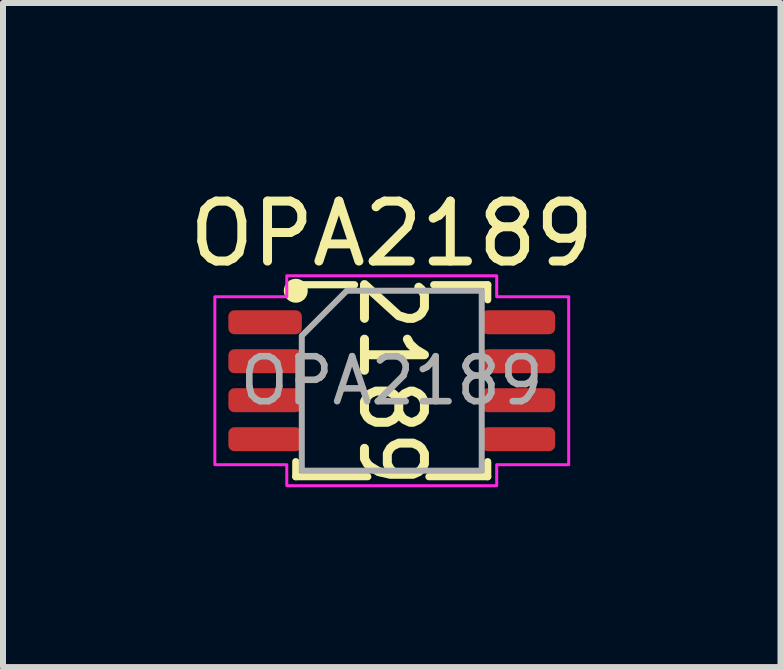
<source format=kicad_pcb>
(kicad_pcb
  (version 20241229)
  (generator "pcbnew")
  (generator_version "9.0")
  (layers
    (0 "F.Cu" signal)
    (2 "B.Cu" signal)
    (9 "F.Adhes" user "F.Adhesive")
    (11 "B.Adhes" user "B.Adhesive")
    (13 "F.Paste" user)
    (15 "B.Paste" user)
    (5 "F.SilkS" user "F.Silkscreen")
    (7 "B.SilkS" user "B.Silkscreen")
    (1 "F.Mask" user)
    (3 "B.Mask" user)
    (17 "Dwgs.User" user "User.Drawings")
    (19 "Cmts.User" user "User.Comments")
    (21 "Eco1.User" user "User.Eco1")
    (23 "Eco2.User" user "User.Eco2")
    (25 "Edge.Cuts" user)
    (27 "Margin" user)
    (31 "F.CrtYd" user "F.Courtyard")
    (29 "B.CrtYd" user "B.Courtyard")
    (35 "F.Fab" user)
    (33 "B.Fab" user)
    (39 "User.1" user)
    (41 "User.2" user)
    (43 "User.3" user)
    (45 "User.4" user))
  (footprint "OPA2189"
    (layer "F.Cu")
    (at 3.482 3.298)
    (property "Reference" "OPA2189" (at 0 -2.45 0) (layer "F.SilkS") (effects (font (size 1 1) (thickness 0.15))))
    (attr smd)
    (fp_line (start -1.6 -1.6) (end -0.62 -1.6) (stroke (width 0.12) (type solid)) (layer "F.SilkS"))
    (fp_line (start -1.6 1.6) (end -1.6 1.35) (stroke (width 0.12) (type solid)) (layer "F.SilkS"))
    (fp_line (start -0.4 1.6) (end -1.6 1.6) (stroke (width 0.12) (type solid)) (layer "F.SilkS"))
    (fp_line (start 0.7 -1.6) (end 1.6 -1.6) (stroke (width 0.12) (type solid)) (layer "F.SilkS"))
    (fp_line (start 1.6 -1.6) (end 1.6 -1.35) (stroke (width 0.12) (type solid)) (layer "F.SilkS"))
    (fp_line (start 1.6 1.35) (end 1.6 1.6) (stroke (width 0.12) (type solid)) (layer "F.SilkS"))
    (fp_line (start 1.6 1.6) (end 0.62 1.6) (stroke (width 0.12) (type solid)) (layer "F.SilkS"))
    (fp_circle (center -1.6 -1.5) (end -1.6 -1.3) (stroke (width 0) (type default)) (fill yes) (layer "F.SilkS"))
    (fp_poly (pts (xy 0.294 -0.76) (xy 0.317 -0.742) (xy 0.325 -0.729) (xy 0.367 -0.654) (xy 0.447 -0.58) (xy 0.584 -0.497) (xy 0.586 -0.496) (xy 0.587 -0.496) (xy 0.588 -0.494) (xy 0.596 -0.489) (xy 0.601 -0.481) (xy 0.608 -0.475) (xy 0.61 -0.47) (xy 0.613 -0.465) (xy 0.615 -0.456) (xy 0.619 -0.448) (xy 0.619 -0.442) (xy 0.62 -0.437) (xy 0.619 -0.428) (xy 0.619 -0.419) (xy 0.617 -0.413) (xy 0.616 -0.408) (xy 0.611 -0.4) (xy 0.608 -0.392) (xy 0.603 -0.388) (xy 0.6 -0.383) (xy 0.593 -0.377) (xy 0.587 -0.371) (xy 0.582 -0.369) (xy 0.577 -0.365) (xy 0.568 -0.363) (xy 0.56 -0.36) (xy 0.55 -0.359) (xy 0.548 -0.358) (xy 0.547 -0.359) (xy 0.545 -0.358) (xy -0.38 -0.358) (xy -0.38 -0.173) (xy -0.381 -0.159) (xy -0.392 -0.132) (xy -0.413 -0.111) (xy -0.44 -0.1) (xy -0.469 -0.1) (xy -0.496 -0.111) (xy -0.517 -0.132) (xy -0.528 -0.159) (xy -0.53 -0.173) (xy -0.53 -0.693) (xy -0.528 -0.708) (xy -0.517 -0.735) (xy -0.496 -0.756) (xy -0.469 -0.767) (xy -0.44 -0.767) (xy -0.413 -0.756) (xy -0.392 -0.735) (xy -0.381 -0.708) (xy -0.38 -0.693) (xy -0.38 -0.508) (xy 0.304 -0.508) (xy 0.257 -0.551) (xy 0.251 -0.557) (xy 0.25 -0.558) (xy 0.248 -0.56) (xy 0.247 -0.562) (xy 0.246 -0.564) (xy 0.241 -0.571) (xy 0.194 -0.657) (xy 0.188 -0.671) (xy 0.185 -0.7) (xy 0.193 -0.728) (xy 0.211 -0.751) (xy 0.237 -0.765) (xy 0.266 -0.768)) (stroke (width 0) (type solid)) (fill yes) (layer "F.SilkS"))
    (fp_poly (pts (xy -0.442 -1.677) (xy -0.44 -1.677) (xy -0.428 -1.672) (xy -0.416 -1.668) (xy -0.414 -1.666) (xy -0.413 -1.666) (xy -0.412 -1.664) (xy -0.404 -1.659) (xy 0.155 -1.15) (xy 0.271 -1.115) (xy 0.338 -1.115) (xy 0.408 -1.147) (xy 0.438 -1.174) (xy 0.47 -1.233) (xy 0.47 -1.411) (xy 0.438 -1.47) (xy 0.399 -1.505) (xy 0.39 -1.515) (xy 0.377 -1.542) (xy 0.376 -1.571) (xy 0.386 -1.599) (xy 0.405 -1.62) (xy 0.432 -1.633) (xy 0.461 -1.634) (xy 0.489 -1.624) (xy 0.5 -1.615) (xy 0.548 -1.572) (xy 0.553 -1.566) (xy 0.555 -1.565) (xy 0.556 -1.563) (xy 0.558 -1.561) (xy 0.559 -1.559) (xy 0.563 -1.553) (xy 0.611 -1.466) (xy 0.617 -1.453) (xy 0.617 -1.448) (xy 0.619 -1.445) (xy 0.62 -1.43) (xy 0.62 -1.213) (xy 0.619 -1.199) (xy 0.617 -1.195) (xy 0.617 -1.191) (xy 0.611 -1.177) (xy 0.563 -1.091) (xy 0.559 -1.084) (xy 0.558 -1.082) (xy 0.556 -1.08) (xy 0.555 -1.078) (xy 0.553 -1.077) (xy 0.548 -1.071) (xy 0.5 -1.028) (xy 0.495 -1.024) (xy 0.494 -1.022) (xy 0.491 -1.021) (xy 0.489 -1.019) (xy 0.487 -1.018) (xy 0.481 -1.015) (xy 0.386 -0.972) (xy 0.372 -0.967) (xy 0.371 -0.967) (xy 0.369 -0.966) (xy 0.355 -0.965) (xy 0.259 -0.965) (xy 0.254 -0.966) (xy 0.252 -0.965) (xy 0.249 -0.966) (xy 0.245 -0.966) (xy 0.243 -0.967) (xy 0.238 -0.968) (xy 0.095 -1.012) (xy 0.081 -1.017) (xy 0.08 -1.018) (xy 0.078 -1.019) (xy 0.066 -1.028) (xy -0.38 -1.434) (xy -0.38 -1.04) (xy -0.381 -1.025) (xy -0.392 -0.998) (xy -0.413 -0.978) (xy -0.44 -0.966) (xy -0.469 -0.966) (xy -0.496 -0.978) (xy -0.517 -0.998) (xy -0.528 -1.025) (xy -0.53 -1.04) (xy -0.53 -1.603) (xy -0.529 -1.613) (xy -0.529 -1.614) (xy -0.529 -1.615) (xy -0.528 -1.618) (xy -0.523 -1.63) (xy -0.519 -1.642) (xy -0.518 -1.643) (xy -0.517 -1.645) (xy -0.508 -1.654) (xy -0.499 -1.664) (xy -0.498 -1.664) (xy -0.496 -1.666) (xy -0.485 -1.671) (xy -0.473 -1.676) (xy -0.471 -1.676) (xy -0.469 -1.677) (xy -0.457 -1.677) (xy -0.444 -1.677)) (stroke (width 0) (type solid)) (fill yes) (layer "F.SilkS"))
    (fp_poly (pts (xy 0.369 0.966) (xy 0.371 0.967) (xy 0.372 0.967) (xy 0.386 0.972) (xy 0.481 1.015) (xy 0.487 1.018) (xy 0.489 1.019) (xy 0.491 1.021) (xy 0.494 1.022) (xy 0.495 1.024) (xy 0.5 1.028) (xy 0.548 1.071) (xy 0.553 1.077) (xy 0.555 1.078) (xy 0.556 1.08) (xy 0.558 1.082) (xy 0.559 1.084) (xy 0.563 1.091) (xy 0.611 1.177) (xy 0.617 1.191) (xy 0.617 1.195) (xy 0.619 1.199) (xy 0.62 1.213) (xy 0.62 1.387) (xy 0.619 1.401) (xy 0.617 1.405) (xy 0.617 1.409) (xy 0.611 1.423) (xy 0.563 1.509) (xy 0.559 1.516) (xy 0.558 1.518) (xy 0.556 1.52) (xy 0.555 1.522) (xy 0.553 1.523) (xy 0.548 1.529) (xy 0.5 1.572) (xy 0.495 1.576) (xy 0.494 1.578) (xy 0.491 1.579) (xy 0.489 1.581) (xy 0.487 1.582) (xy 0.481 1.585) (xy 0.386 1.628) (xy 0.372 1.633) (xy 0.371 1.633) (xy 0.369 1.634) (xy 0.355 1.635) (xy -0.026 1.635) (xy -0.028 1.635) (xy -0.028 1.635) (xy -0.035 1.634) (xy -0.041 1.634) (xy -0.041 1.633) (xy -0.043 1.633) (xy -0.233 1.59) (xy -0.24 1.587) (xy -0.242 1.587) (xy -0.245 1.586) (xy -0.247 1.585) (xy -0.249 1.584) (xy -0.256 1.581) (xy -0.398 1.494) (xy -0.404 1.49) (xy -0.41 1.485) (xy -0.458 1.442) (xy -0.463 1.436) (xy -0.465 1.435) (xy -0.466 1.433) (xy -0.468 1.431) (xy -0.468 1.429) (xy -0.473 1.423) (xy -0.521 1.336) (xy -0.526 1.323) (xy -0.527 1.318) (xy -0.528 1.315) (xy -0.53 1.3) (xy -0.53 1.127) (xy -0.528 1.112) (xy -0.517 1.085) (xy -0.496 1.064) (xy -0.469 1.053) (xy -0.44 1.053) (xy -0.413 1.064) (xy -0.392 1.085) (xy -0.381 1.112) (xy -0.38 1.127) (xy -0.38 1.281) (xy -0.347 1.34) (xy -0.314 1.37) (xy -0.188 1.446) (xy -0.118 1.462) (xy -0.14 1.423) (xy -0.145 1.409) (xy -0.146 1.405) (xy -0.147 1.401) (xy -0.149 1.387) (xy -0.149 1.233) (xy 0.001 1.233) (xy 0.001 1.367) (xy 0.033 1.426) (xy 0.063 1.453) (xy 0.133 1.485) (xy 0.338 1.485) (xy 0.408 1.453) (xy 0.438 1.426) (xy 0.47 1.367) (xy 0.47 1.233) (xy 0.438 1.174) (xy 0.408 1.147) (xy 0.338 1.115) (xy 0.133 1.115) (xy 0.063 1.147) (xy 0.033 1.174) (xy 0.001 1.233) (xy -0.149 1.233) (xy -0.149 1.213) (xy -0.147 1.199) (xy -0.146 1.195) (xy -0.145 1.191) (xy -0.14 1.177) (xy -0.092 1.091) (xy -0.087 1.084) (xy -0.087 1.082) (xy -0.085 1.08) (xy -0.084 1.078) (xy -0.082 1.077) (xy -0.077 1.071) (xy -0.029 1.028) (xy -0.024 1.024) (xy -0.022 1.022) (xy -0.02 1.021) (xy -0.017 1.019) (xy -0.015 1.018) (xy -0.01 1.015) (xy 0.086 0.972) (xy 0.099 0.967) (xy 0.101 0.967) (xy 0.102 0.966) (xy 0.117 0.965) (xy 0.355 0.965)) (stroke (width 0) (type solid)) (fill yes) (layer "F.SilkS"))
    (fp_poly (pts (xy -0.059 0.1) (xy -0.058 0.1) (xy -0.057 0.1) (xy -0.043 0.105) (xy 0.052 0.148) (xy 0.058 0.152) (xy 0.06 0.152) (xy 0.063 0.154) (xy 0.065 0.156) (xy 0.066 0.157) (xy 0.072 0.161) (xy 0.117 0.202) (xy 0.161 0.161) (xy 0.167 0.157) (xy 0.168 0.156) (xy 0.171 0.154) (xy 0.173 0.152) (xy 0.175 0.152) (xy 0.181 0.148) (xy 0.276 0.105) (xy 0.29 0.1) (xy 0.291 0.1) (xy 0.292 0.1) (xy 0.307 0.098) (xy 0.355 0.098) (xy 0.369 0.1) (xy 0.371 0.1) (xy 0.372 0.1) (xy 0.386 0.105) (xy 0.481 0.148) (xy 0.487 0.152) (xy 0.489 0.152) (xy 0.491 0.154) (xy 0.494 0.156) (xy 0.495 0.157) (xy 0.5 0.161) (xy 0.548 0.205) (xy 0.553 0.211) (xy 0.555 0.212) (xy 0.556 0.214) (xy 0.558 0.215) (xy 0.559 0.217) (xy 0.563 0.224) (xy 0.611 0.311) (xy 0.617 0.324) (xy 0.617 0.328) (xy 0.619 0.332) (xy 0.62 0.347) (xy 0.62 0.52) (xy 0.619 0.535) (xy 0.617 0.538) (xy 0.617 0.543) (xy 0.611 0.556) (xy 0.563 0.643) (xy 0.559 0.649) (xy 0.558 0.651) (xy 0.556 0.653) (xy 0.555 0.655) (xy 0.553 0.656) (xy 0.548 0.662) (xy 0.5 0.705) (xy 0.495 0.709) (xy 0.494 0.711) (xy 0.491 0.712) (xy 0.489 0.714) (xy 0.487 0.715) (xy 0.481 0.718) (xy 0.386 0.762) (xy 0.372 0.766) (xy 0.371 0.766) (xy 0.369 0.767) (xy 0.355 0.768) (xy 0.307 0.768) (xy 0.292 0.767) (xy 0.291 0.766) (xy 0.29 0.766) (xy 0.276 0.762) (xy 0.181 0.718) (xy 0.175 0.715) (xy 0.173 0.714) (xy 0.171 0.712) (xy 0.168 0.711) (xy 0.167 0.709) (xy 0.161 0.705) (xy 0.117 0.665) (xy 0.072 0.705) (xy 0.066 0.709) (xy 0.065 0.711) (xy 0.063 0.712) (xy 0.06 0.714) (xy 0.058 0.715) (xy 0.052 0.718) (xy -0.043 0.762) (xy -0.057 0.766) (xy -0.058 0.766) (xy -0.059 0.767) (xy -0.074 0.768) (xy -0.264 0.768) (xy -0.279 0.767) (xy -0.28 0.766) (xy -0.281 0.766) (xy -0.295 0.762) (xy -0.391 0.718) (xy -0.396 0.715) (xy -0.398 0.714) (xy -0.401 0.712) (xy -0.403 0.711) (xy -0.405 0.709) (xy -0.41 0.705) (xy -0.458 0.662) (xy -0.463 0.656) (xy -0.465 0.655) (xy -0.466 0.653) (xy -0.468 0.651) (xy -0.468 0.649) (xy -0.473 0.643) (xy -0.521 0.556) (xy -0.526 0.543) (xy -0.527 0.538) (xy -0.528 0.535) (xy -0.53 0.52) (xy -0.53 0.366) (xy -0.38 0.366) (xy -0.38 0.501) (xy -0.347 0.56) (xy -0.318 0.587) (xy -0.248 0.618) (xy -0.09 0.618) (xy -0.02 0.587) (xy 0.009 0.56) (xy 0.042 0.501) (xy 0.042 0.366) (xy 0.042 0.366) (xy 0.192 0.366) (xy 0.192 0.501) (xy 0.224 0.56) (xy 0.254 0.587) (xy 0.323 0.618) (xy 0.338 0.618) (xy 0.408 0.587) (xy 0.438 0.56) (xy 0.47 0.501) (xy 0.47 0.366) (xy 0.438 0.307) (xy 0.408 0.28) (xy 0.338 0.248) (xy 0.323 0.248) (xy 0.254 0.28) (xy 0.224 0.307) (xy 0.192 0.366) (xy 0.042 0.366) (xy 0.009 0.307) (xy -0.02 0.28) (xy -0.09 0.248) (xy -0.248 0.248) (xy -0.318 0.28) (xy -0.347 0.307) (xy -0.38 0.366) (xy -0.53 0.366) (xy -0.53 0.347) (xy -0.528 0.332) (xy -0.527 0.328) (xy -0.526 0.324) (xy -0.521 0.311) (xy -0.473 0.224) (xy -0.468 0.217) (xy -0.468 0.215) (xy -0.466 0.214) (xy -0.465 0.212) (xy -0.463 0.211) (xy -0.458 0.205) (xy -0.41 0.161) (xy -0.405 0.157) (xy -0.403 0.156) (xy -0.401 0.154) (xy -0.398 0.152) (xy -0.396 0.152) (xy -0.391 0.148) (xy -0.295 0.105) (xy -0.281 0.1) (xy -0.28 0.1) (xy -0.279 0.1) (xy -0.264 0.098) (xy -0.074 0.098)) (stroke (width 0) (type solid)) (fill yes) (layer "F.SilkS"))
    (fp_poly (pts (xy -1.75 -1.4) (xy -1.75 -1.75) (xy 1.75 -1.75) (xy 1.75 -1.4) (xy 2.95 -1.4) (xy 2.95 1.4) (xy 1.75 1.4) (xy 1.75 1.75) (xy -1.75 1.75) (xy -1.75 1.4) (xy -2.95 1.4) (xy -2.95 -1.4)) (stroke (width 0.05) (type solid)) (fill no) (layer "F.CrtYd"))
    (fp_poly (pts (xy -0.75 -1.5) (xy 1.5 -1.5) (xy 1.5 1.5) (xy -1.5 1.5) (xy -1.5 -0.75)) (stroke (width 0.1) (type solid)) (fill no) (layer "F.Fab"))
    (fp_text user "${REFERENCE}" (at 0 0 0) (layer "F.Fab") (effects (font (size 0.75 0.75) (thickness 0.11))))
    (pad "1" smd roundrect (at -2.112 -0.975) (size 1.225 0.4) (layers "F.Cu" "F.Mask" "F.Paste") (roundrect_rratio 0.25))
    (pad "2" smd roundrect (at -2.112 -0.325) (size 1.225 0.4) (layers "F.Cu" "F.Mask" "F.Paste") (roundrect_rratio 0.25))
    (pad "3" smd roundrect (at -2.112 0.325) (size 1.225 0.4) (layers "F.Cu" "F.Mask" "F.Paste") (roundrect_rratio 0.25))
    (pad "4" smd roundrect (at -2.112 0.975) (size 1.225 0.4) (layers "F.Cu" "F.Mask" "F.Paste") (roundrect_rratio 0.25))
    (pad "5" smd roundrect (at 2.112 0.975) (size 1.225 0.4) (layers "F.Cu" "F.Mask" "F.Paste") (roundrect_rratio 0.25))
    (pad "6" smd roundrect (at 2.112 0.325) (size 1.225 0.4) (layers "F.Cu" "F.Mask" "F.Paste") (roundrect_rratio 0.25))
    (pad "7" smd roundrect (at 2.112 -0.325) (size 1.225 0.4) (layers "F.Cu" "F.Mask" "F.Paste") (roundrect_rratio 0.25))
    (pad "8" smd roundrect (at 2.112 -0.975) (size 1.225 0.4) (layers "F.Cu" "F.Mask" "F.Paste") (roundrect_rratio 0.25)))
  (gr_rect
    (start -3 -3)
    (end 9.964 8.073)
    (stroke (width 0.1) (type default))
    (fill no)
    (layer "Edge.Cuts")))
</source>
